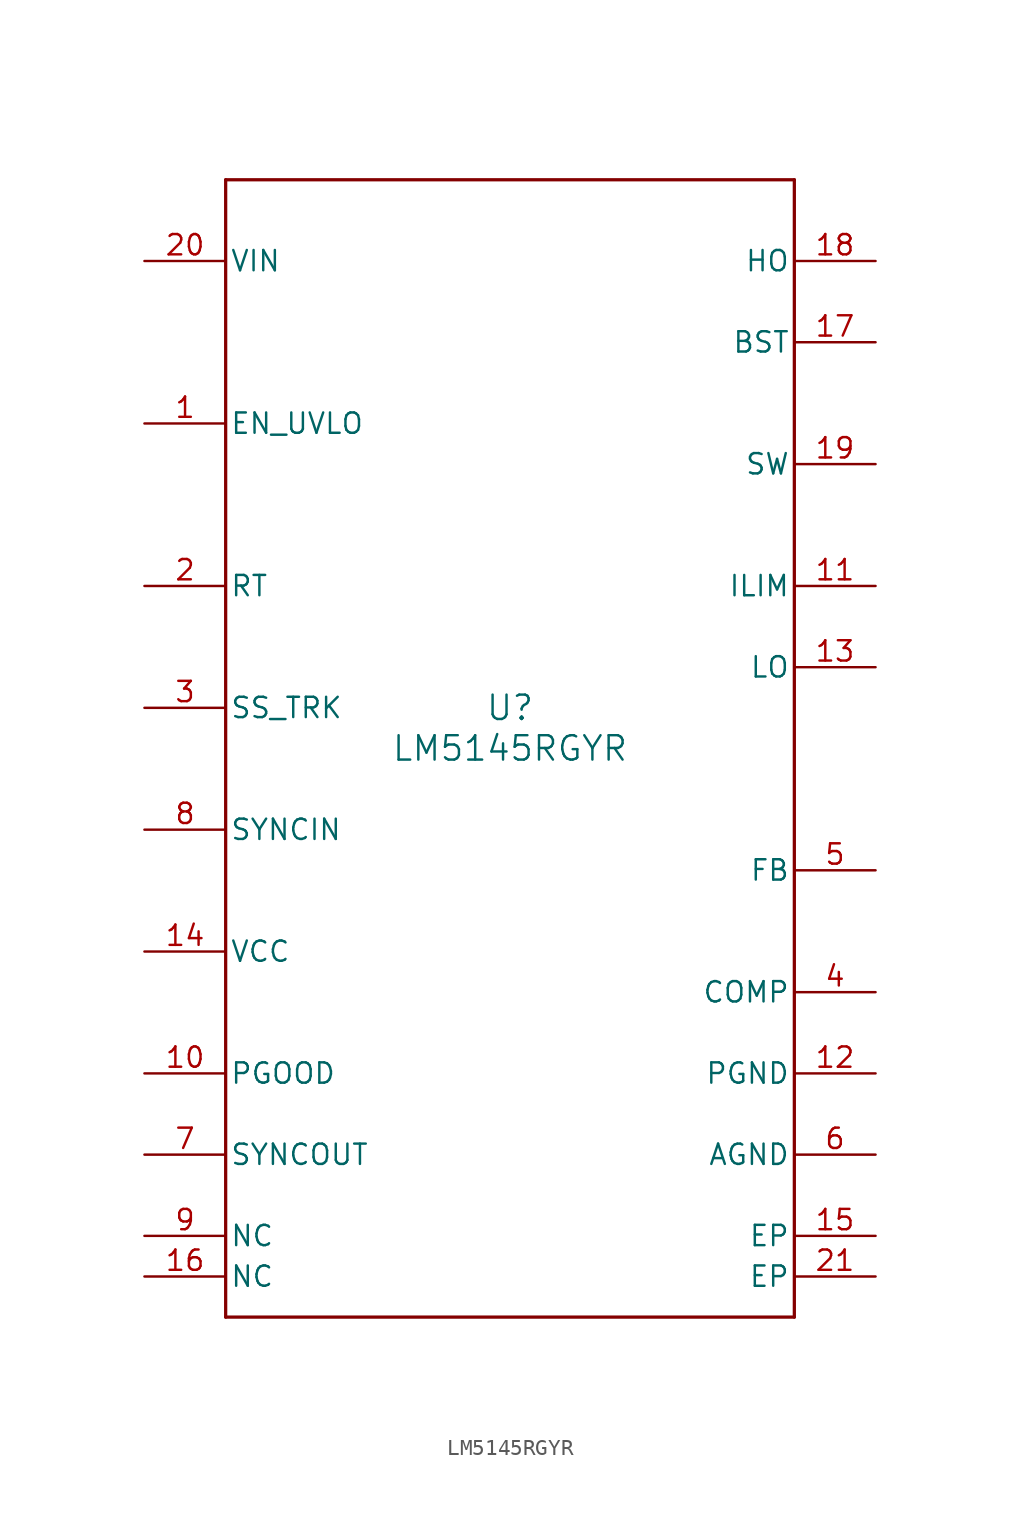
<source format=kicad_sym>
(kicad_symbol_lib
  (version 20211014)
  (generator kicad_symbol_editor)
  (symbol "LM5145RGYR"
    (pin_names
      (offset 0.254))
    (property "Reference" "U"
      (at 0 2.54 0)
      (effects (font (size 1.524 1.524))))
    (property "Value" "LM5145RGYR"
      (at 0 0 0)
      (effects (font (size 1.524 1.524))))
    (symbol "LM5145RGYR_0_1"
      (polyline (pts (xy -17.78 -35.56) (xy 17.78 -35.56)) (stroke (width 0.203) (type default) (color 0 0 0 0)) (fill (type none)))
      (polyline (pts (xy 17.78 -35.56) (xy 17.78 35.56)) (stroke (width 0.203) (type default) (color 0 0 0 0)) (fill (type none)))
      (polyline (pts (xy 17.78 35.56) (xy -17.78 35.56)) (stroke (width 0.203) (type default) (color 0 0 0 0)) (fill (type none)))
      (polyline (pts (xy -17.78 35.56) (xy -17.78 -35.56)) (stroke (width 0.203) (type default) (color 0 0 0 0)) (fill (type none)))
      (pin input line (at -22.86 20.32 0) (length 5.08) (name "EN_UVLO" (effects (font (size 1.27 1.27)))) (number "1" (effects (font (size 1.27 1.27)))))
      (pin input line (at -22.86 10.16 0) (length 5.08) (name "RT" (effects (font (size 1.27 1.27)))) (number "2" (effects (font (size 1.27 1.27)))))
      (pin input line (at -22.86 2.54 0) (length 5.08) (name "SS_TRK" (effects (font (size 1.27 1.27)))) (number "3" (effects (font (size 1.27 1.27)))))
      (pin unspecified line (at 22.86 -15.24 180) (length 5.08) (name "COMP" (effects (font (size 1.27 1.27)))) (number "4" (effects (font (size 1.27 1.27)))))
      (pin input line (at 22.86 -7.62 180) (length 5.08) (name "FB" (effects (font (size 1.27 1.27)))) (number "5" (effects (font (size 1.27 1.27)))))
      (pin power_in line (at 22.86 -25.4 180) (length 5.08) (name "AGND" (effects (font (size 1.27 1.27)))) (number "6" (effects (font (size 1.27 1.27)))))
      (pin output line (at -22.86 -25.4 0) (length 5.08) (name "SYNCOUT" (effects (font (size 1.27 1.27)))) (number "7" (effects (font (size 1.27 1.27)))))
      (pin input line (at -22.86 -5.08 0) (length 5.08) (name "SYNCIN" (effects (font (size 1.27 1.27)))) (number "8" (effects (font (size 1.27 1.27)))))
      (pin unspecified line (at -22.86 -30.48 0) (length 5.08) (name "NC" (effects (font (size 1.27 1.27)))) (number "9" (effects (font (size 1.27 1.27)))))
      (pin open_collector line (at -22.86 -20.32 0) (length 5.08) (name "PGOOD" (effects (font (size 1.27 1.27)))) (number "10" (effects (font (size 1.27 1.27)))))
      (pin input line (at 22.86 10.16 180) (length 5.08) (name "ILIM" (effects (font (size 1.27 1.27)))) (number "11" (effects (font (size 1.27 1.27)))))
      (pin power_in line (at 22.86 -20.32 180) (length 5.08) (name "PGND" (effects (font (size 1.27 1.27)))) (number "12" (effects (font (size 1.27 1.27)))))
      (pin output line (at 22.86 5.08 180) (length 5.08) (name "LO" (effects (font (size 1.27 1.27)))) (number "13" (effects (font (size 1.27 1.27)))))
      (pin power_in line (at -22.86 -12.7 0) (length 5.08) (name "VCC" (effects (font (size 1.27 1.27)))) (number "14" (effects (font (size 1.27 1.27)))))
      (pin power_in line (at 22.86 -30.48 180) (length 5.08) (name "EP" (effects (font (size 1.27 1.27)))) (number "15" (effects (font (size 1.27 1.27)))))
      (pin unspecified line (at -22.86 -33.02 0) (length 5.08) (name "NC" (effects (font (size 1.27 1.27)))) (number "16" (effects (font (size 1.27 1.27)))))
      (pin unspecified line (at 22.86 25.4 180) (length 5.08) (name "BST" (effects (font (size 1.27 1.27)))) (number "17" (effects (font (size 1.27 1.27)))))
      (pin output line (at 22.86 30.48 180) (length 5.08) (name "HO" (effects (font (size 1.27 1.27)))) (number "18" (effects (font (size 1.27 1.27)))))
      (pin power_in line (at 22.86 17.78 180) (length 5.08) (name "SW" (effects (font (size 1.27 1.27)))) (number "19" (effects (font (size 1.27 1.27)))))
      (pin power_in line (at -22.86 30.48 0) (length 5.08) (name "VIN" (effects (font (size 1.27 1.27)))) (number "20" (effects (font (size 1.27 1.27)))))
      (pin power_in line (at 22.86 -33.02 180) (length 5.08) (name "EP" (effects (font (size 1.27 1.27)))) (number "21" (effects (font (size 1.27 1.27))))))))
</source>
